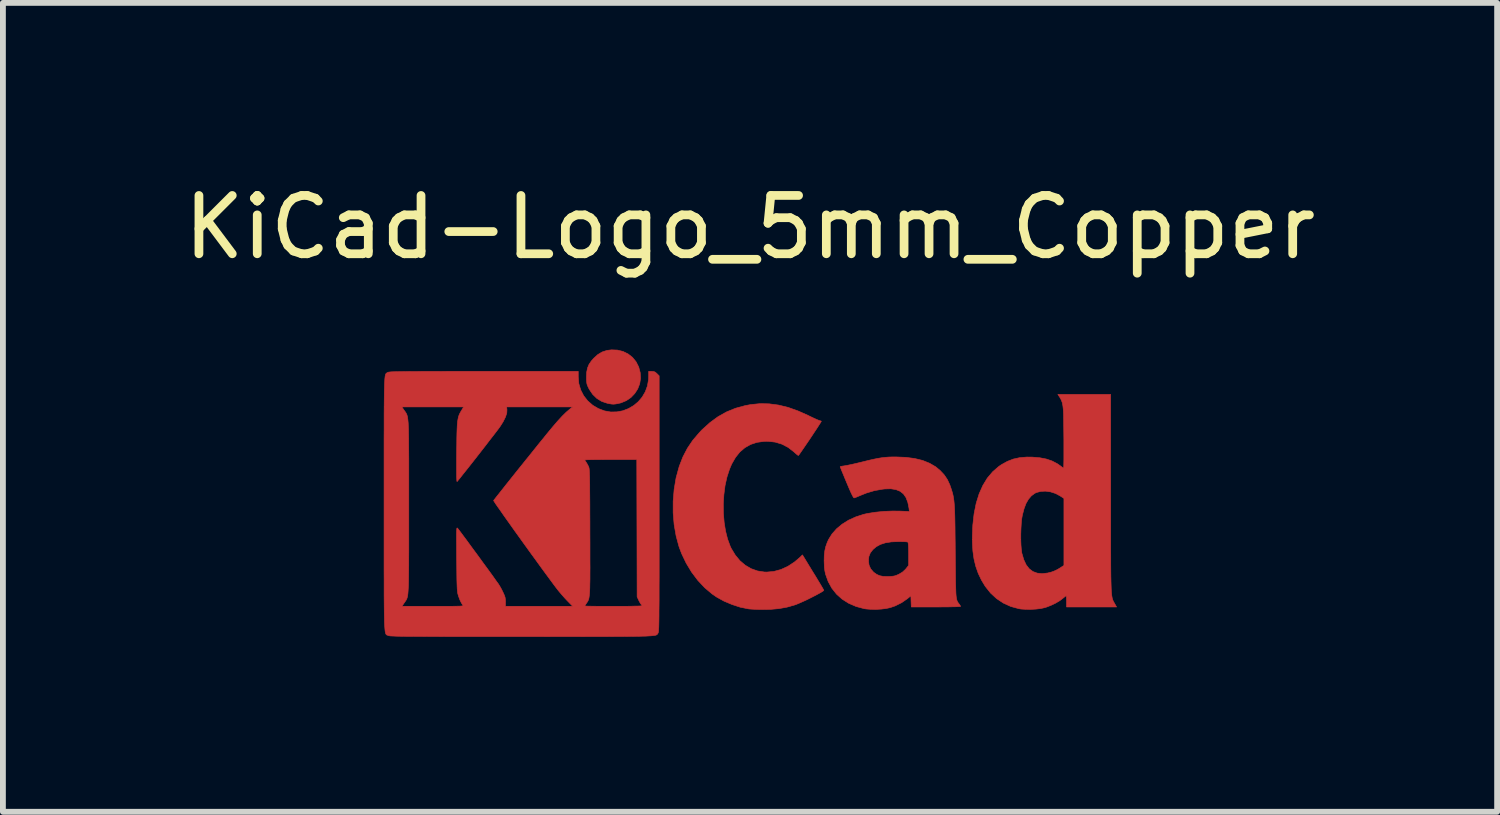
<source format=kicad_pcb>
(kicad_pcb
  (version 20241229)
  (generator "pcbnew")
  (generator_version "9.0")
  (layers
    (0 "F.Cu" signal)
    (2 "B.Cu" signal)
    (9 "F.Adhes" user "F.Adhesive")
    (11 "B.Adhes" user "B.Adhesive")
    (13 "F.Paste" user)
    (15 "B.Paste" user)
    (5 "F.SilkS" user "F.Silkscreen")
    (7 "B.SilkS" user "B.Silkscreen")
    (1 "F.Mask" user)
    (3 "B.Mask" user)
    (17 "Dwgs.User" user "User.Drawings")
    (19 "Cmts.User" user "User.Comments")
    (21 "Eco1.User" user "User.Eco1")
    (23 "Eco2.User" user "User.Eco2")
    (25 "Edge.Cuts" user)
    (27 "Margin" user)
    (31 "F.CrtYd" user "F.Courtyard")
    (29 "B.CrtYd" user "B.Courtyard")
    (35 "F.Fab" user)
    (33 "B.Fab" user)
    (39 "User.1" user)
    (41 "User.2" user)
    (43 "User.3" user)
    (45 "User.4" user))
  (footprint "KiCad-Logo_5mm_Copper"
    (layer "F.Cu")
    (at 9.815 5.928)
    (property "Reference" "KiCad-Logo_5mm_Copper" (at 0 -5.08 0) (layer "F.SilkS") (effects (font (size 1 1) (thickness 0.15))))
    (attr exclude_from_pos_files exclude_from_bom)
    (fp_poly (pts (xy -2.273 -2.973) (xy -2.177 -2.949) (xy -2.09 -2.906) (xy -2.015 -2.847) (xy -1.954 -2.772) (xy -1.909 -2.683) (xy -1.883 -2.586) (xy -1.877 -2.489) (xy -1.892 -2.395) (xy -1.926 -2.307) (xy -1.977 -2.228) (xy -2.042 -2.16) (xy -2.121 -2.106) (xy -2.212 -2.068) (xy -2.263 -2.056) (xy -2.308 -2.048) (xy -2.342 -2.045) (xy -2.375 -2.047) (xy -2.415 -2.054) (xy -2.449 -2.061) (xy -2.542 -2.092) (xy -2.626 -2.143) (xy -2.698 -2.213) (xy -2.756 -2.298) (xy -2.77 -2.326) (xy -2.787 -2.362) (xy -2.797 -2.392) (xy -2.802 -2.425) (xy -2.805 -2.466) (xy -2.805 -2.512) (xy -2.801 -2.596) (xy -2.787 -2.665) (xy -2.762 -2.726) (xy -2.723 -2.784) (xy -2.684 -2.829) (xy -2.612 -2.895) (xy -2.537 -2.94) (xy -2.455 -2.967) (xy -2.377 -2.977) (xy -2.273 -2.973)) (stroke (width 0.01) (type solid)) (fill yes) (layer "F.Cu"))
    (fp_poly (pts (xy 0.328 -2.051) (xy 0.489 -2.03) (xy 0.653 -1.99) (xy 0.822 -1.93) (xy 1 -1.851) (xy 1.011 -1.845) (xy 1.069 -1.817) (xy 1.121 -1.793) (xy 1.162 -1.775) (xy 1.19 -1.764) (xy 1.2 -1.761) (xy 1.219 -1.756) (xy 1.224 -1.752) (xy 1.218 -1.741) (xy 1.202 -1.715) (xy 1.177 -1.676) (xy 1.145 -1.626) (xy 1.107 -1.569) (xy 1.066 -1.507) (xy 1.023 -1.442) (xy 0.98 -1.379) (xy 0.939 -1.319) (xy 0.902 -1.265) (xy 0.871 -1.22) (xy 0.847 -1.186) (xy 0.832 -1.167) (xy 0.83 -1.165) (xy 0.82 -1.17) (xy 0.798 -1.187) (xy 0.767 -1.214) (xy 0.752 -1.228) (xy 0.655 -1.303) (xy 0.548 -1.359) (xy 0.433 -1.394) (xy 0.31 -1.408) (xy 0.241 -1.407) (xy 0.119 -1.39) (xy 0.01 -1.354) (xy -0.087 -1.299) (xy -0.174 -1.225) (xy -0.249 -1.131) (xy -0.314 -1.018) (xy -0.351 -0.931) (xy -0.395 -0.796) (xy -0.428 -0.648) (xy -0.448 -0.493) (xy -0.458 -0.333) (xy -0.456 -0.173) (xy -0.443 -0.016) (xy -0.419 0.133) (xy -0.384 0.271) (xy -0.338 0.395) (xy -0.322 0.429) (xy -0.253 0.543) (xy -0.173 0.64) (xy -0.081 0.718) (xy 0.02 0.777) (xy 0.13 0.816) (xy 0.247 0.834) (xy 0.289 0.835) (xy 0.41 0.824) (xy 0.531 0.791) (xy 0.649 0.737) (xy 0.762 0.663) (xy 0.854 0.585) (xy 0.9 0.54) (xy 1.081 0.837) (xy 1.127 0.911) (xy 1.168 0.98) (xy 1.204 1.039) (xy 1.233 1.088) (xy 1.254 1.124) (xy 1.265 1.144) (xy 1.266 1.147) (xy 1.258 1.157) (xy 1.233 1.174) (xy 1.193 1.197) (xy 1.142 1.225) (xy 1.084 1.255) (xy 1.021 1.287) (xy 0.958 1.318) (xy 0.896 1.346) (xy 0.839 1.371) (xy 0.791 1.391) (xy 0.768 1.399) (xy 0.634 1.437) (xy 0.496 1.462) (xy 0.349 1.475) (xy 0.222 1.477) (xy 0.154 1.476) (xy 0.088 1.474) (xy 0.031 1.471) (xy -0.013 1.468) (xy -0.027 1.466) (xy -0.166 1.438) (xy -0.307 1.392) (xy -0.445 1.334) (xy -0.572 1.264) (xy -0.649 1.211) (xy -0.777 1.103) (xy -0.895 0.977) (xy -1.002 0.835) (xy -1.095 0.681) (xy -1.173 0.518) (xy -1.217 0.401) (xy -1.267 0.217) (xy -1.301 0.023) (xy -1.318 -0.179) (xy -1.318 -0.382) (xy -1.301 -0.584) (xy -1.268 -0.781) (xy -1.217 -0.967) (xy -1.214 -0.978) (xy -1.151 -1.14) (xy -1.074 -1.288) (xy -0.981 -1.426) (xy -0.868 -1.558) (xy -0.825 -1.604) (xy -0.688 -1.728) (xy -0.549 -1.83) (xy -0.403 -1.912) (xy -0.249 -1.975) (xy -0.084 -2.02) (xy 0.011 -2.038) (xy 0.17 -2.054) (xy 0.328 -2.051)) (stroke (width 0.01) (type solid)) (fill yes) (layer "F.Cu"))
    (fp_poly (pts (xy 6.187 -0.528) (xy 6.187 -0.293) (xy 6.187 -0.08) (xy 6.187 0.112) (xy 6.187 0.285) (xy 6.187 0.441) (xy 6.188 0.579) (xy 6.188 0.701) (xy 6.189 0.808) (xy 6.19 0.901) (xy 6.192 0.982) (xy 6.194 1.051) (xy 6.196 1.11) (xy 6.198 1.159) (xy 6.202 1.2) (xy 6.205 1.234) (xy 6.21 1.262) (xy 6.214 1.285) (xy 6.22 1.304) (xy 6.226 1.321) (xy 6.233 1.335) (xy 6.24 1.349) (xy 6.249 1.364) (xy 6.254 1.373) (xy 6.288 1.434) (xy 5.43 1.434) (xy 5.43 1.338) (xy 5.429 1.294) (xy 5.427 1.261) (xy 5.424 1.243) (xy 5.423 1.242) (xy 5.412 1.249) (xy 5.389 1.267) (xy 5.366 1.286) (xy 5.312 1.327) (xy 5.242 1.368) (xy 5.165 1.405) (xy 5.088 1.435) (xy 5.057 1.445) (xy 4.989 1.46) (xy 4.906 1.47) (xy 4.816 1.475) (xy 4.728 1.474) (xy 4.649 1.469) (xy 4.612 1.463) (xy 4.473 1.425) (xy 4.346 1.367) (xy 4.23 1.29) (xy 4.127 1.195) (xy 4.036 1.081) (xy 3.969 0.97) (xy 3.914 0.854) (xy 3.872 0.734) (xy 3.842 0.608) (xy 3.823 0.472) (xy 3.815 0.32) (xy 3.814 0.243) (xy 3.816 0.186) (xy 4.645 0.186) (xy 4.645 0.279) (xy 4.648 0.367) (xy 4.654 0.444) (xy 4.662 0.505) (xy 4.665 0.517) (xy 4.697 0.625) (xy 4.738 0.712) (xy 4.79 0.779) (xy 4.853 0.826) (xy 4.926 0.853) (xy 5.011 0.862) (xy 5.107 0.851) (xy 5.17 0.835) (xy 5.219 0.817) (xy 5.274 0.791) (xy 5.314 0.767) (xy 5.385 0.721) (xy 5.385 -0.429) (xy 5.317 -0.473) (xy 5.239 -0.514) (xy 5.155 -0.541) (xy 5.07 -0.553) (xy 4.988 -0.549) (xy 4.915 -0.53) (xy 4.883 -0.515) (xy 4.826 -0.472) (xy 4.777 -0.415) (xy 4.735 -0.342) (xy 4.701 -0.252) (xy 4.672 -0.141) (xy 4.671 -0.135) (xy 4.66 -0.073) (xy 4.653 0.005) (xy 4.648 0.093) (xy 4.645 0.186) (xy 3.816 0.186) (xy 3.822 0.03) (xy 3.844 -0.166) (xy 3.88 -0.345) (xy 3.93 -0.506) (xy 3.994 -0.65) (xy 4.071 -0.777) (xy 4.163 -0.886) (xy 4.268 -0.977) (xy 4.314 -1.008) (xy 4.415 -1.064) (xy 4.518 -1.104) (xy 4.628 -1.128) (xy 4.749 -1.138) (xy 4.842 -1.137) (xy 4.971 -1.126) (xy 5.084 -1.104) (xy 5.183 -1.07) (xy 5.271 -1.024) (xy 5.32 -0.99) (xy 5.349 -0.968) (xy 5.371 -0.953) (xy 5.379 -0.948) (xy 5.381 -0.959) (xy 5.382 -0.99) (xy 5.383 -1.037) (xy 5.384 -1.1) (xy 5.384 -1.173) (xy 5.384 -1.256) (xy 5.384 -1.344) (xy 5.384 -1.436) (xy 5.383 -1.528) (xy 5.382 -1.618) (xy 5.381 -1.704) (xy 5.38 -1.781) (xy 5.379 -1.848) (xy 5.377 -1.902) (xy 5.375 -1.94) (xy 5.375 -1.947) (xy 5.367 -2.018) (xy 5.356 -2.073) (xy 5.338 -2.12) (xy 5.312 -2.166) (xy 5.305 -2.176) (xy 5.281 -2.213) (xy 6.186 -2.213) (xy 6.187 -0.528)) (stroke (width 0.01) (type solid)) (fill yes) (layer "F.Cu"))
    (fp_poly (pts (xy 2.674 -1.133) (xy 2.825 -1.113) (xy 2.961 -1.08) (xy 3.08 -1.032) (xy 3.185 -0.971) (xy 3.262 -0.907) (xy 3.331 -0.833) (xy 3.385 -0.753) (xy 3.428 -0.661) (xy 3.443 -0.618) (xy 3.456 -0.579) (xy 3.467 -0.543) (xy 3.477 -0.508) (xy 3.485 -0.472) (xy 3.492 -0.433) (xy 3.498 -0.39) (xy 3.503 -0.34) (xy 3.507 -0.283) (xy 3.51 -0.215) (xy 3.513 -0.136) (xy 3.515 -0.043) (xy 3.517 0.066) (xy 3.518 0.192) (xy 3.52 0.337) (xy 3.521 0.48) (xy 3.522 0.636) (xy 3.524 0.771) (xy 3.525 0.887) (xy 3.526 0.986) (xy 3.528 1.068) (xy 3.53 1.136) (xy 3.532 1.192) (xy 3.535 1.236) (xy 3.539 1.271) (xy 3.544 1.299) (xy 3.55 1.321) (xy 3.557 1.338) (xy 3.565 1.352) (xy 3.574 1.366) (xy 3.585 1.38) (xy 3.59 1.385) (xy 3.605 1.408) (xy 3.612 1.423) (xy 3.612 1.424) (xy 3.602 1.426) (xy 3.571 1.428) (xy 3.522 1.43) (xy 3.458 1.431) (xy 3.382 1.433) (xy 3.295 1.433) (xy 3.2 1.434) (xy 3.19 1.434) (xy 2.767 1.434) (xy 2.763 1.338) (xy 2.76 1.242) (xy 2.698 1.293) (xy 2.601 1.36) (xy 2.491 1.415) (xy 2.404 1.445) (xy 2.335 1.46) (xy 2.252 1.47) (xy 2.162 1.475) (xy 2.074 1.474) (xy 1.995 1.468) (xy 1.959 1.463) (xy 1.819 1.425) (xy 1.692 1.37) (xy 1.58 1.299) (xy 1.484 1.213) (xy 1.404 1.112) (xy 1.341 0.997) (xy 1.296 0.871) (xy 1.284 0.814) (xy 1.276 0.752) (xy 1.273 0.677) (xy 1.272 0.643) (xy 1.272 0.64) (xy 2.032 0.64) (xy 2.042 0.715) (xy 2.07 0.779) (xy 2.118 0.835) (xy 2.123 0.839) (xy 2.172 0.874) (xy 2.223 0.897) (xy 2.284 0.909) (xy 2.359 0.911) (xy 2.377 0.911) (xy 2.431 0.908) (xy 2.471 0.903) (xy 2.506 0.893) (xy 2.545 0.876) (xy 2.556 0.871) (xy 2.616 0.835) (xy 2.663 0.792) (xy 2.676 0.777) (xy 2.721 0.72) (xy 2.721 0.525) (xy 2.72 0.446) (xy 2.718 0.388) (xy 2.715 0.349) (xy 2.711 0.327) (xy 2.707 0.32) (xy 2.691 0.317) (xy 2.657 0.314) (xy 2.61 0.313) (xy 2.555 0.312) (xy 2.546 0.312) (xy 2.425 0.317) (xy 2.323 0.333) (xy 2.236 0.361) (xy 2.164 0.401) (xy 2.109 0.448) (xy 2.064 0.506) (xy 2.039 0.569) (xy 2.032 0.64) (xy 1.272 0.64) (xy 1.274 0.55) (xy 1.283 0.471) (xy 1.299 0.4) (xy 1.324 0.329) (xy 1.348 0.276) (xy 1.407 0.181) (xy 1.485 0.093) (xy 1.58 0.014) (xy 1.69 -0.055) (xy 1.813 -0.111) (xy 1.945 -0.154) (xy 2.009 -0.169) (xy 2.146 -0.191) (xy 2.294 -0.206) (xy 2.446 -0.212) (xy 2.572 -0.211) (xy 2.734 -0.204) (xy 2.727 -0.263) (xy 2.707 -0.362) (xy 2.676 -0.443) (xy 2.632 -0.506) (xy 2.575 -0.551) (xy 2.503 -0.58) (xy 2.416 -0.594) (xy 2.313 -0.591) (xy 2.275 -0.587) (xy 2.134 -0.562) (xy 1.997 -0.521) (xy 1.902 -0.483) (xy 1.857 -0.464) (xy 1.819 -0.448) (xy 1.792 -0.439) (xy 1.785 -0.437) (xy 1.775 -0.446) (xy 1.758 -0.475) (xy 1.734 -0.524) (xy 1.703 -0.594) (xy 1.665 -0.684) (xy 1.658 -0.7) (xy 1.628 -0.772) (xy 1.601 -0.838) (xy 1.578 -0.893) (xy 1.561 -0.936) (xy 1.55 -0.963) (xy 1.547 -0.972) (xy 1.557 -0.977) (xy 1.583 -0.982) (xy 1.611 -0.986) (xy 1.642 -0.991) (xy 1.689 -1) (xy 1.751 -1.013) (xy 1.821 -1.029) (xy 1.896 -1.047) (xy 1.925 -1.054) (xy 2.03 -1.08) (xy 2.117 -1.1) (xy 2.192 -1.115) (xy 2.258 -1.126) (xy 2.319 -1.133) (xy 2.381 -1.138) (xy 2.446 -1.14) (xy 2.504 -1.14) (xy 2.674 -1.133)) (stroke (width 0.01) (type solid)) (fill yes) (layer "F.Cu"))
    (fp_poly (pts (xy -2.946 -2.511) (xy -2.936 -2.397) (xy -2.904 -2.289) (xy -2.853 -2.19) (xy -2.784 -2.102) (xy -2.699 -2.027) (xy -2.602 -1.97) (xy -2.496 -1.93) (xy -2.389 -1.911) (xy -2.283 -1.913) (xy -2.181 -1.932) (xy -2.085 -1.969) (xy -1.996 -2.021) (xy -1.917 -2.087) (xy -1.849 -2.167) (xy -1.796 -2.258) (xy -1.759 -2.359) (xy -1.74 -2.47) (xy -1.738 -2.52) (xy -1.738 -2.608) (xy -1.687 -2.608) (xy -1.65 -2.605) (xy -1.623 -2.593) (xy -1.596 -2.569) (xy -1.558 -2.531) (xy -1.558 -0.339) (xy -1.558 -0.077) (xy -1.558 0.163) (xy -1.558 0.383) (xy -1.558 0.583) (xy -1.558 0.764) (xy -1.558 0.928) (xy -1.559 1.074) (xy -1.559 1.205) (xy -1.559 1.32) (xy -1.56 1.421) (xy -1.561 1.509) (xy -1.561 1.585) (xy -1.562 1.65) (xy -1.563 1.704) (xy -1.564 1.749) (xy -1.565 1.786) (xy -1.567 1.815) (xy -1.568 1.837) (xy -1.57 1.854) (xy -1.572 1.866) (xy -1.574 1.874) (xy -1.576 1.88) (xy -1.577 1.882) (xy -1.581 1.889) (xy -1.585 1.895) (xy -1.589 1.901) (xy -1.594 1.906) (xy -1.601 1.911) (xy -1.611 1.916) (xy -1.625 1.92) (xy -1.645 1.923) (xy -1.669 1.926) (xy -1.701 1.929) (xy -1.741 1.931) (xy -1.789 1.934) (xy -1.846 1.935) (xy -1.914 1.937) (xy -1.994 1.938) (xy -2.085 1.939) (xy -2.19 1.94) (xy -2.309 1.94) (xy -2.443 1.941) (xy -2.593 1.941) (xy -2.76 1.941) (xy -2.945 1.942) (xy -3.149 1.942) (xy -3.372 1.942) (xy -3.616 1.941) (xy -3.881 1.941) (xy -3.92 1.941) (xy -4.187 1.941) (xy -4.432 1.941) (xy -4.657 1.941) (xy -4.861 1.941) (xy -5.047 1.941) (xy -5.215 1.941) (xy -5.366 1.94) (xy -5.501 1.94) (xy -5.62 1.939) (xy -5.725 1.939) (xy -5.817 1.938) (xy -5.896 1.938) (xy -5.964 1.937) (xy -6.021 1.936) (xy -6.069 1.935) (xy -6.107 1.933) (xy -6.138 1.932) (xy -6.162 1.931) (xy -6.18 1.929) (xy -6.192 1.927) (xy -6.201 1.925) (xy -6.205 1.923) (xy -6.214 1.92) (xy -6.221 1.917) (xy -6.229 1.915) (xy -6.235 1.911) (xy -6.241 1.906) (xy -6.246 1.897) (xy -6.251 1.885) (xy -6.255 1.869) (xy -6.259 1.846) (xy -6.262 1.818) (xy -6.265 1.781) (xy -6.268 1.737) (xy -6.27 1.683) (xy -6.271 1.618) (xy -6.273 1.543) (xy -6.274 1.455) (xy -6.275 1.354) (xy -6.276 1.239) (xy -6.276 1.11) (xy -6.276 0.964) (xy -6.277 0.802) (xy -6.277 0.621) (xy -6.277 0.422) (xy -6.277 0.204) (xy -6.277 -0.035) (xy -6.277 -0.296) (xy -6.277 -0.338) (xy -6.277 -0.601) (xy -6.277 -0.842) (xy -6.277 -1.063) (xy -6.277 -1.264) (xy -6.277 -1.446) (xy -6.276 -1.61) (xy -6.276 -1.757) (xy -6.276 -1.888) (xy -6.275 -1.998) (xy -5.972 -1.998) (xy -5.932 -1.94) (xy -5.921 -1.925) (xy -5.911 -1.911) (xy -5.902 -1.897) (xy -5.894 -1.883) (xy -5.887 -1.868) (xy -5.881 -1.849) (xy -5.875 -1.826) (xy -5.871 -1.798) (xy -5.867 -1.764) (xy -5.863 -1.722) (xy -5.861 -1.67) (xy -5.858 -1.609) (xy -5.857 -1.537) (xy -5.855 -1.452) (xy -5.855 -1.354) (xy -5.854 -1.24) (xy -5.853 -1.111) (xy -5.853 -0.965) (xy -5.853 -0.8) (xy -5.853 -0.616) (xy -5.853 -0.41) (xy -5.853 -0.288) (xy -5.853 -0.071) (xy -5.853 0.125) (xy -5.853 0.3) (xy -5.853 0.456) (xy -5.854 0.595) (xy -5.854 0.717) (xy -5.855 0.823) (xy -5.856 0.915) (xy -5.857 0.994) (xy -5.859 1.062) (xy -5.862 1.118) (xy -5.865 1.165) (xy -5.868 1.204) (xy -5.872 1.235) (xy -5.877 1.261) (xy -5.883 1.282) (xy -5.89 1.299) (xy -5.897 1.314) (xy -5.906 1.327) (xy -5.915 1.341) (xy -5.925 1.356) (xy -5.932 1.365) (xy -5.97 1.422) (xy -5.439 1.422) (xy -5.315 1.422) (xy -5.213 1.422) (xy -5.129 1.422) (xy -5.063 1.421) (xy -5.012 1.42) (xy -4.974 1.419) (xy -4.948 1.417) (xy -4.932 1.415) (xy -4.923 1.412) (xy -4.921 1.408) (xy -4.923 1.404) (xy -4.925 1.403) (xy -4.95 1.366) (xy -4.976 1.313) (xy -4.999 1.251) (xy -5.007 1.224) (xy -5.012 1.206) (xy -5.016 1.185) (xy -5.019 1.159) (xy -5.022 1.126) (xy -5.024 1.083) (xy -5.026 1.028) (xy -5.028 0.96) (xy -5.029 0.877) (xy -5.03 0.775) (xy -5.031 0.654) (xy -5.032 0.61) (xy -5.033 0.484) (xy -5.033 0.38) (xy -5.034 0.295) (xy -5.034 0.227) (xy -5.034 0.174) (xy -5.033 0.135) (xy -5.031 0.107) (xy -5.029 0.09) (xy -5.027 0.081) (xy -5.023 0.078) (xy -5.019 0.08) (xy -5.015 0.085) (xy -5.004 0.098) (xy -4.982 0.127) (xy -4.95 0.17) (xy -4.909 0.225) (xy -4.861 0.289) (xy -4.808 0.362) (xy -4.751 0.44) (xy -4.691 0.521) (xy -4.631 0.603) (xy -4.572 0.685) (xy -4.514 0.763) (xy -4.461 0.836) (xy -4.413 0.902) (xy -4.373 0.959) (xy -4.341 1.004) (xy -4.318 1.035) (xy -4.314 1.041) (xy -4.291 1.078) (xy -4.264 1.126) (xy -4.239 1.176) (xy -4.236 1.183) (xy -4.214 1.231) (xy -4.201 1.268) (xy -4.196 1.304) (xy -4.194 1.346) (xy -4.195 1.422) (xy -3.041 1.422) (xy -3.132 1.329) (xy -3.179 1.279) (xy -3.229 1.222) (xy -3.275 1.168) (xy -3.295 1.143) (xy -3.326 1.103) (xy -3.366 1.05) (xy -3.414 0.985) (xy -3.47 0.909) (xy -3.532 0.825) (xy -3.599 0.733) (xy -3.669 0.636) (xy -3.743 0.535) (xy -3.817 0.432) (xy -3.892 0.328) (xy -3.966 0.225) (xy -4.038 0.125) (xy -4.106 0.029) (xy -4.17 -0.061) (xy -4.229 -0.144) (xy -4.28 -0.218) (xy -4.324 -0.28) (xy -4.359 -0.33) (xy -4.383 -0.367) (xy -4.396 -0.387) (xy -4.398 -0.391) (xy -4.39 -0.403) (xy -4.369 -0.43) (xy -4.337 -0.471) (xy -4.294 -0.525) (xy -4.243 -0.589) (xy -4.185 -0.663) (xy -4.12 -0.744) (xy -4.051 -0.831) (xy -3.979 -0.921) (xy -3.904 -1.014) (xy -3.845 -1.088) (xy -2.834 -1.088) (xy -2.828 -1.075) (xy -2.813 -1.053) (xy -2.812 -1.052) (xy -2.793 -1.021) (xy -2.774 -0.985) (xy -2.77 -0.976) (xy -2.766 -0.968) (xy -2.763 -0.958) (xy -2.76 -0.945) (xy -2.758 -0.927) (xy -2.756 -0.904) (xy -2.754 -0.873) (xy -2.753 -0.833) (xy -2.751 -0.784) (xy -2.75 -0.723) (xy -2.749 -0.649) (xy -2.749 -0.561) (xy -2.748 -0.457) (xy -2.747 -0.337) (xy -2.747 -0.198) (xy -2.746 -0.039) (xy -2.746 0.14) (xy -2.745 0.325) (xy -2.745 0.489) (xy -2.745 0.633) (xy -2.744 0.759) (xy -2.745 0.868) (xy -2.745 0.961) (xy -2.747 1.04) (xy -2.748 1.106) (xy -2.75 1.161) (xy -2.753 1.206) (xy -2.757 1.242) (xy -2.761 1.271) (xy -2.766 1.295) (xy -2.772 1.313) (xy -2.779 1.329) (xy -2.787 1.344) (xy -2.797 1.358) (xy -2.805 1.37) (xy -2.822 1.396) (xy -2.832 1.414) (xy -2.834 1.417) (xy -2.823 1.418) (xy -2.791 1.419) (xy -2.742 1.42) (xy -2.677 1.421) (xy -2.599 1.422) (xy -2.51 1.422) (xy -2.411 1.422) (xy -2.342 1.422) (xy -2.237 1.422) (xy -2.141 1.422) (xy -2.054 1.421) (xy -1.98 1.419) (xy -1.921 1.418) (xy -1.879 1.416) (xy -1.855 1.414) (xy -1.851 1.412) (xy -1.859 1.398) (xy -1.867 1.39) (xy -1.88 1.372) (xy -1.897 1.342) (xy -1.909 1.318) (xy -1.936 1.259) (xy -1.939 0.082) (xy -1.942 -1.095) (xy -2.388 -1.095) (xy -2.486 -1.095) (xy -2.576 -1.094) (xy -2.657 -1.094) (xy -2.725 -1.093) (xy -2.779 -1.092) (xy -2.815 -1.09) (xy -2.833 -1.089) (xy -2.834 -1.088) (xy -3.845 -1.088) (xy -3.829 -1.107) (xy -3.755 -1.199) (xy -3.683 -1.289) (xy -3.615 -1.374) (xy -3.551 -1.452) (xy -3.494 -1.523) (xy -3.444 -1.584) (xy -3.403 -1.633) (xy -3.386 -1.654) (xy -3.3 -1.754) (xy -3.223 -1.838) (xy -3.154 -1.906) (xy -3.091 -1.96) (xy -3.082 -1.967) (xy -3.042 -1.998) (xy -4.174 -1.998) (xy -4.169 -1.95) (xy -4.172 -1.893) (xy -4.194 -1.825) (xy -4.234 -1.745) (xy -4.279 -1.673) (xy -4.295 -1.65) (xy -4.323 -1.612) (xy -4.361 -1.562) (xy -4.408 -1.501) (xy -4.462 -1.432) (xy -4.52 -1.356) (xy -4.582 -1.276) (xy -4.646 -1.194) (xy -4.71 -1.112) (xy -4.773 -1.032) (xy -4.832 -0.957) (xy -4.887 -0.888) (xy -4.935 -0.828) (xy -4.974 -0.778) (xy -5.004 -0.742) (xy -5.022 -0.72) (xy -5.025 -0.717) (xy -5.028 -0.725) (xy -5.03 -0.755) (xy -5.032 -0.807) (xy -5.033 -0.881) (xy -5.033 -0.977) (xy -5.033 -1.094) (xy -5.032 -1.214) (xy -5.03 -1.346) (xy -5.029 -1.457) (xy -5.027 -1.551) (xy -5.024 -1.629) (xy -5.021 -1.692) (xy -5.016 -1.745) (xy -5.009 -1.788) (xy -5.002 -1.823) (xy -4.992 -1.854) (xy -4.98 -1.882) (xy -4.965 -1.91) (xy -4.95 -1.935) (xy -4.912 -1.998) (xy -5.972 -1.998) (xy -6.275 -1.998) (xy -6.275 -2.004) (xy -6.274 -2.106) (xy -6.273 -2.195) (xy -6.272 -2.272) (xy -6.27 -2.337) (xy -6.269 -2.393) (xy -6.266 -2.438) (xy -6.264 -2.475) (xy -6.261 -2.505) (xy -6.258 -2.528) (xy -6.254 -2.546) (xy -6.25 -2.559) (xy -6.245 -2.568) (xy -6.24 -2.574) (xy -6.234 -2.579) (xy -6.228 -2.582) (xy -6.222 -2.586) (xy -6.216 -2.589) (xy -6.21 -2.592) (xy -6.202 -2.594) (xy -6.19 -2.596) (xy -6.173 -2.598) (xy -6.149 -2.6) (xy -6.118 -2.601) (xy -6.079 -2.602) (xy -6.03 -2.603) (xy -5.971 -2.604) (xy -5.899 -2.605) (xy -5.815 -2.606) (xy -5.718 -2.606) (xy -5.605 -2.607) (xy -5.476 -2.607) (xy -5.33 -2.607) (xy -5.166 -2.608) (xy -4.982 -2.608) (xy -4.778 -2.608) (xy -4.567 -2.608) (xy -2.946 -2.608) (xy -2.946 -2.511)) (stroke (width 0.01) (type solid)) (fill yes) (layer "F.Cu")))
  (gr_rect
    (start -3 -3)
    (end 22.631 10.875)
    (stroke (width 0.1) (type default))
    (fill no)
    (layer "Edge.Cuts")))
</source>
